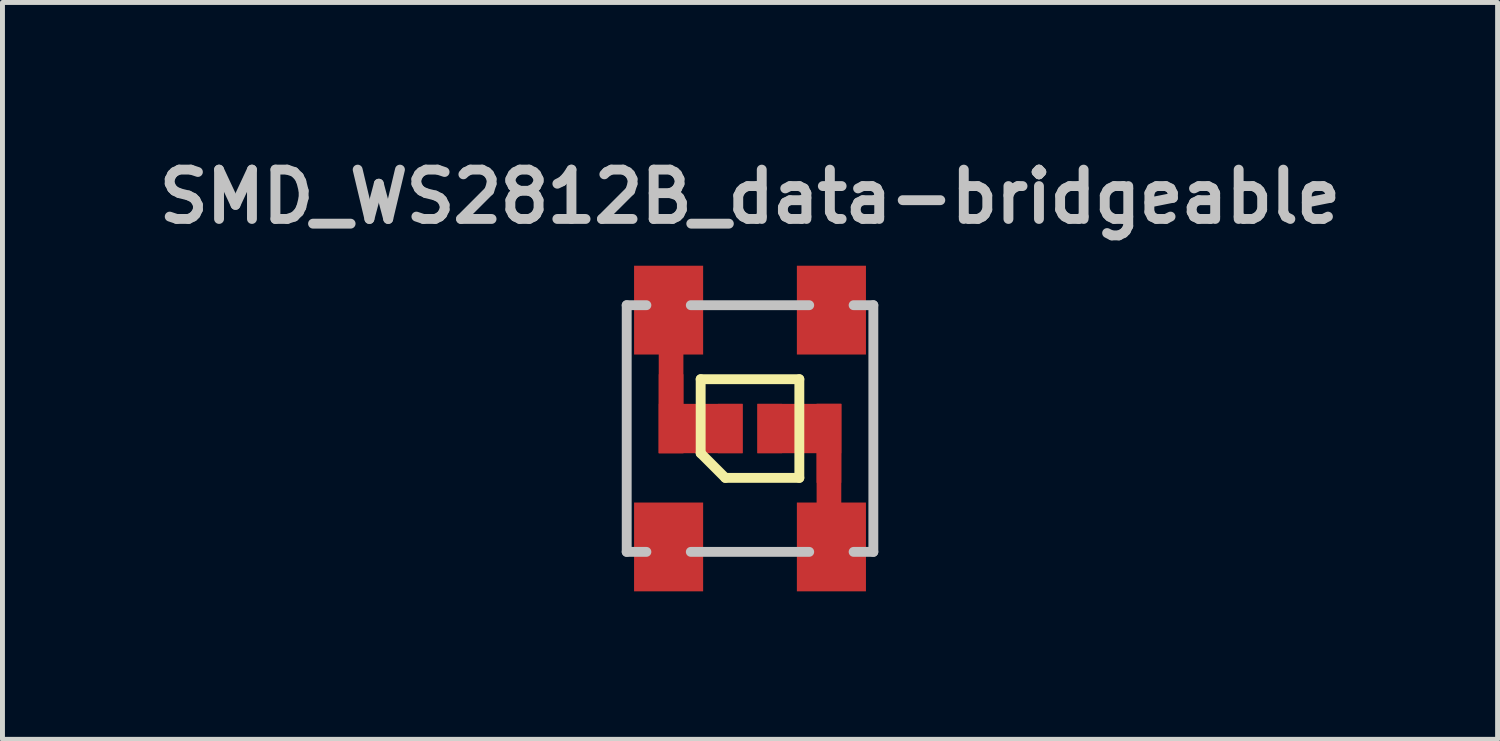
<source format=kicad_pcb>
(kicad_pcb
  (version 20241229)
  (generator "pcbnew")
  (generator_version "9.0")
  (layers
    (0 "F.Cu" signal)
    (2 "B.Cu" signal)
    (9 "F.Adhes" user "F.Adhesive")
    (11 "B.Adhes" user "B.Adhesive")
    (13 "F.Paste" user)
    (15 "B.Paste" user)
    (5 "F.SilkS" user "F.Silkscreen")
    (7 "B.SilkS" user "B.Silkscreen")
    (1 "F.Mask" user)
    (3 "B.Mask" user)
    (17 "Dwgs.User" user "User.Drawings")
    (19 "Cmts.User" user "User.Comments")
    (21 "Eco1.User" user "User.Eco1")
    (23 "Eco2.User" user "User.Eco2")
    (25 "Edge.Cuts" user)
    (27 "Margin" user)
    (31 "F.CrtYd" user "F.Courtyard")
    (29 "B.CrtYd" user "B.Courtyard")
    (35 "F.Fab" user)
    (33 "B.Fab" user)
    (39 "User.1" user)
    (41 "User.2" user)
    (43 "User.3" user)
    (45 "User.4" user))
  (footprint "SMD_WS2812B_data-bridgeable"
    (layer "F.Cu")
    (at 12.152 5.636)
    (property "Reference" "SMD_WS2812B_data-bridgeable" (at 0 -4.7 0) (layer "Dwgs.User") (effects (font (size 1 1) (thickness 0.2))))
    (attr through_hole)
    (fp_line (start -1 -1) (end 1 -1) (stroke (width 0.2) (type solid)) (layer "F.SilkS"))
    (fp_line (start -1 0.5) (end -1 -1) (stroke (width 0.2) (type solid)) (layer "F.SilkS"))
    (fp_line (start -0.5 1) (end -1 0.5) (stroke (width 0.2) (type solid)) (layer "F.SilkS"))
    (fp_line (start 1 -1) (end 1 1) (stroke (width 0.2) (type solid)) (layer "F.SilkS"))
    (fp_line (start 1 1) (end -0.5 1) (stroke (width 0.2) (type solid)) (layer "F.SilkS"))
    (fp_line (start -2.5 -2.5) (end -2.1 -2.5) (stroke (width 0.2) (type solid)) (layer "Dwgs.User"))
    (fp_line (start -2.5 2.5) (end -2.1 2.5) (stroke (width 0.2) (type solid)) (layer "Dwgs.User"))
    (fp_line (start -2.499 2.499) (end -2.499 -2.499) (stroke (width 0.2) (type solid)) (layer "Dwgs.User"))
    (fp_line (start -1.2 -2.5) (end 1.2 -2.5) (stroke (width 0.2) (type solid)) (layer "Dwgs.User"))
    (fp_line (start -1.2 2.5) (end 1.2 2.5) (stroke (width 0.2) (type solid)) (layer "Dwgs.User"))
    (fp_line (start 2.1 -2.5) (end 2.5 -2.5) (stroke (width 0.2) (type solid)) (layer "Dwgs.User"))
    (fp_line (start 2.1 2.5) (end 2.5 2.5) (stroke (width 0.2) (type solid)) (layer "Dwgs.User"))
    (fp_line (start 2.5 -2.5) (end 2.5 2.5) (stroke (width 0.2) (type solid)) (layer "Dwgs.User"))
    (pad "1" smd rect (at 0.4 0) (size 0.5 1) (layers "F.Cu" "F.Mask"))
    (pad "1" smd rect (at 1 0) (size 1.7 1) (layers "F.Cu"))
    (pad "1" smd rect (at 1.6 0.3) (size 0.5 1.6) (layers "F.Cu"))
    (pad "1" smd rect (at 1.6 1) (size 0.5 3) (layers "F.Cu"))
    (pad "1" smd rect (at 1.65 2.4) (size 1.4 1.8) (layers "F.Cu" "F.Mask" "F.Paste"))
    (pad "2" smd rect (at 1.65 -2.4) (size 1.4 1.8) (layers "F.Cu" "F.Mask" "F.Paste"))
    (pad "3" smd rect (at -1.65 -2.4) (size 1.4 1.8) (layers "F.Cu" "F.Mask" "F.Paste"))
    (pad "3" smd rect (at -1.6 -1) (size 0.5 3) (layers "F.Cu"))
    (pad "3" smd rect (at -1.6 -0.3) (size 0.5 1.6) (layers "F.Cu"))
    (pad "3" smd rect (at -1 0) (size 1.7 1) (layers "F.Cu"))
    (pad "3" smd rect (at -0.4 0) (size 0.5 1) (layers "F.Cu" "F.Mask"))
    (pad "4" smd rect (at -1.65 2.4) (size 1.4 1.8) (layers "F.Cu" "F.Mask" "F.Paste")))
  (gr_rect
    (start -3 -3)
    (end 27.305 11.936)
    (stroke (width 0.1) (type default))
    (fill no)
    (layer "Edge.Cuts")))
</source>
